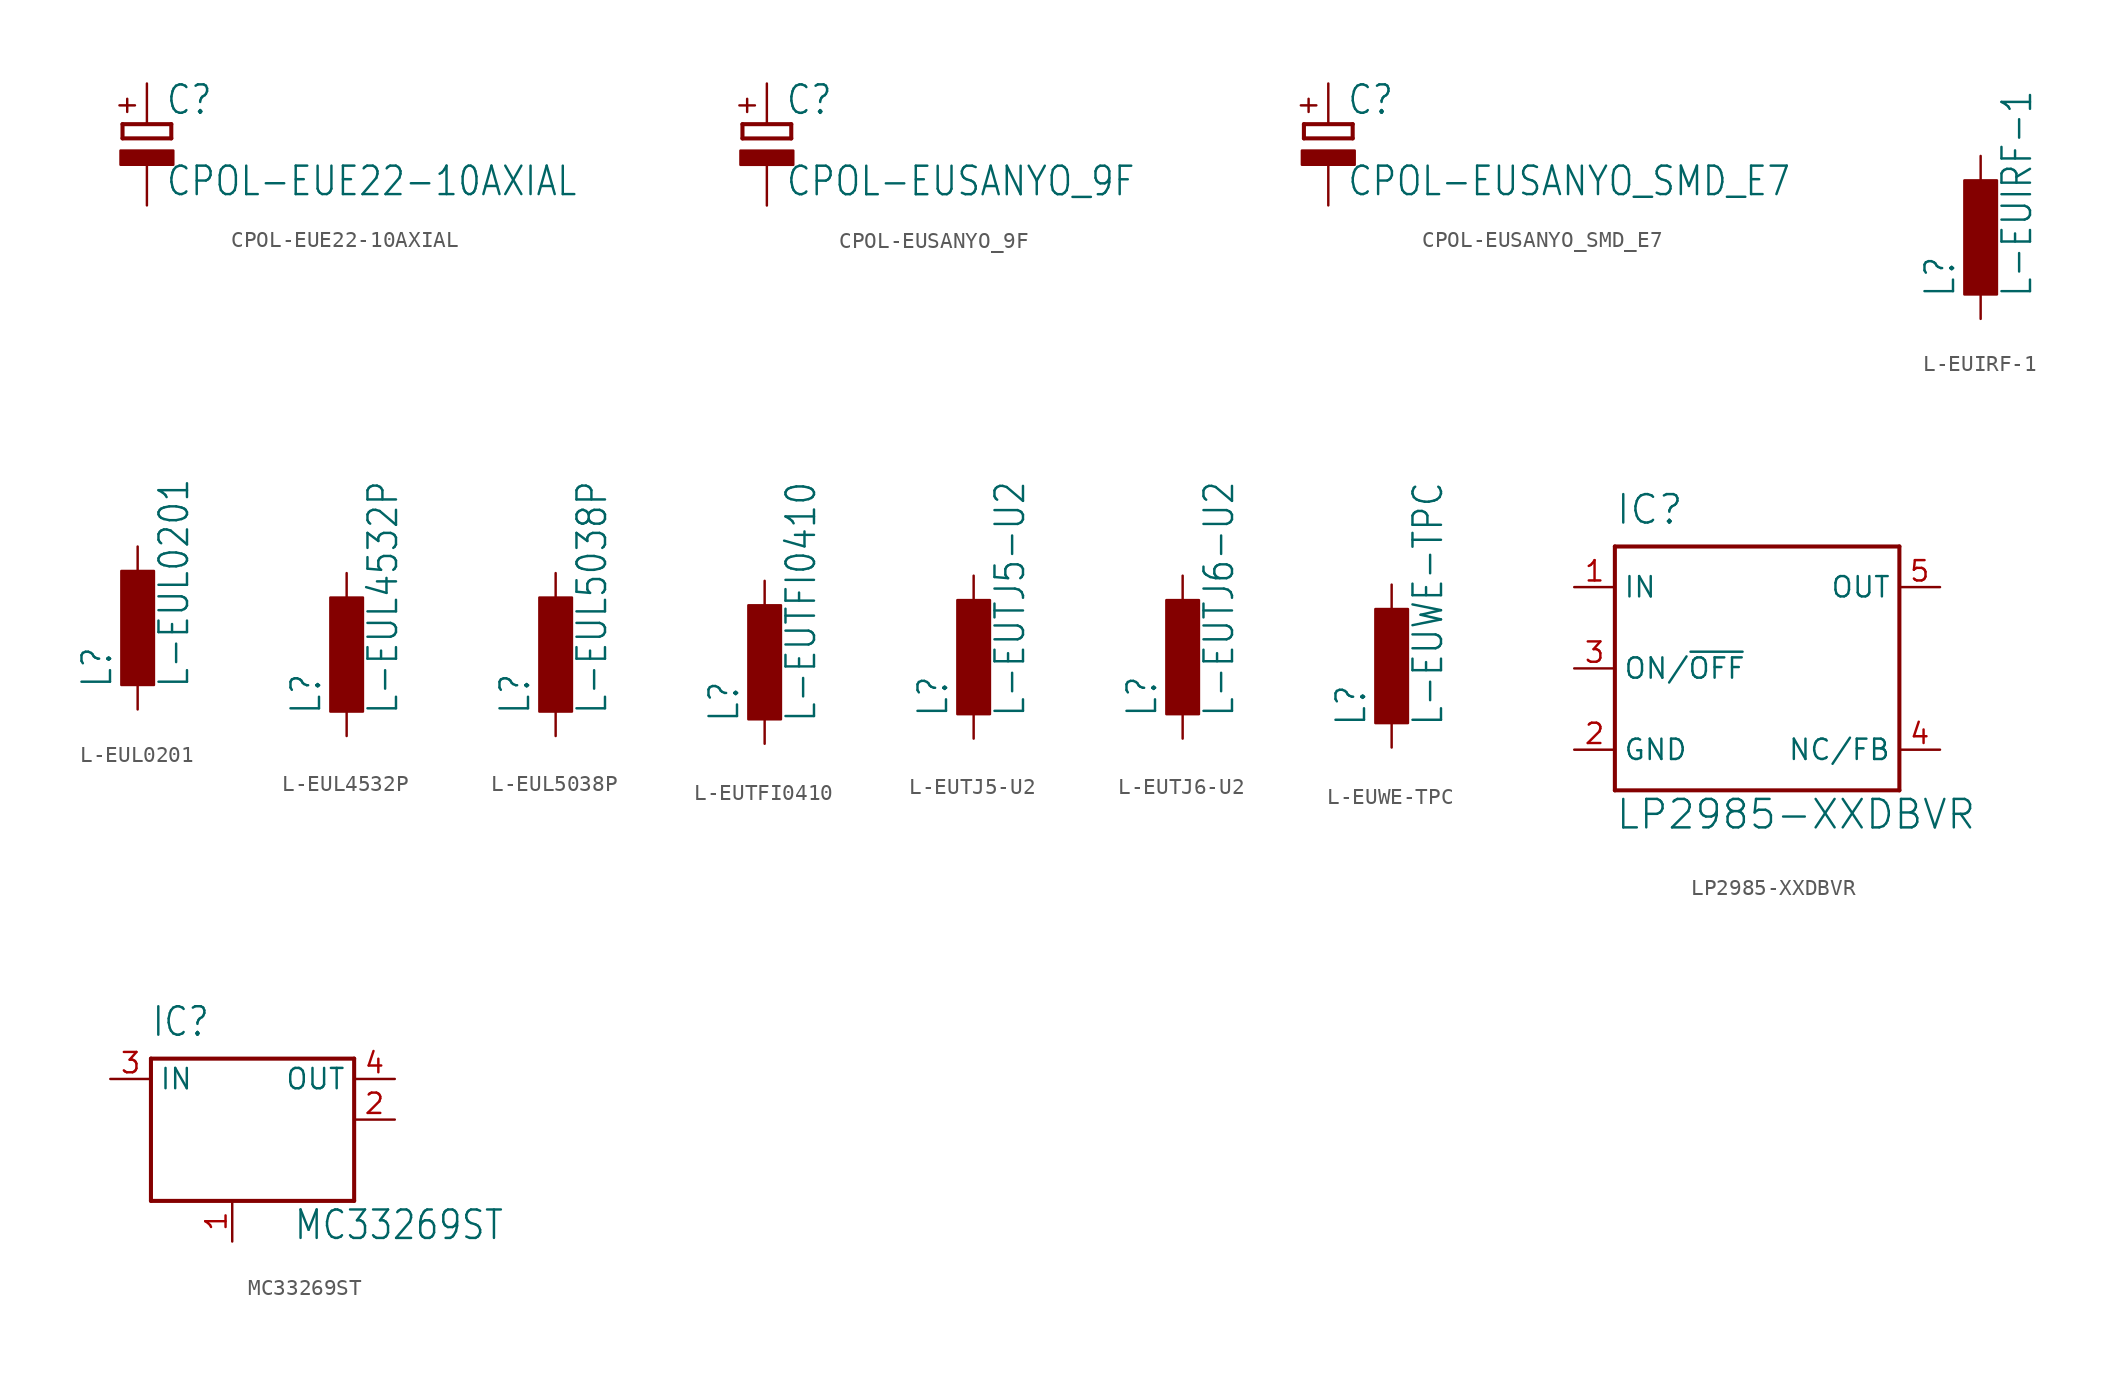
<source format=kicad_sym>
(kicad_symbol_lib
  (version 20211014)
  (generator kicad_symbol_editor)
  (symbol "CPOL-EUE22-10AXIAL"
    (property "Reference" "C"
      (at 1.143 0.483 0)
      (effects (font (size 1.778 1.511)) (justify left bottom)))
    (property "Value" "CPOL-EUE22-10AXIAL"
      (at 1.143 -4.597 0)
      (effects (font (size 1.778 1.511)) (justify left bottom)))
    (property "ki_locked" ""
      (at 0 0 0)
      (effects (font (size 1.27 1.27))))
    (symbol "CPOL-EUE22-10AXIAL_1_0"
      (rectangle (start -1.651 -2.54) (end 1.651 -1.651) (stroke (width 0) (type default) (color 0 0 0 0)) (fill (type outline)))
      (polyline (pts (xy -1.524 -0.889) (xy 1.524 -0.889)) (stroke (width 0.254) (type default) (color 0 0 0 0)) (fill (type none)))
      (polyline (pts (xy -1.524 0) (xy -1.524 -0.889)) (stroke (width 0.254) (type default) (color 0 0 0 0)) (fill (type none)))
      (polyline (pts (xy -1.524 0) (xy 1.524 0)) (stroke (width 0.254) (type default) (color 0 0 0 0)) (fill (type none)))
      (polyline (pts (xy 1.524 -0.889) (xy 1.524 0)) (stroke (width 0.254) (type default) (color 0 0 0 0)) (fill (type none)))
      (text "+" (at -0.584 0.406 900) (effects (font (size 1.27 1.079)) (justify left bottom)))
      (pin passive line (at 0 2.54 270) (length 2.54) (name "+" (effects (font (size 0 0)))) (number "+" (effects (font (size 0 0)))))
      (pin passive line (at 0 -5.08 90) (length 2.54) (name "-" (effects (font (size 0 0)))) (number "-" (effects (font (size 0 0)))))))
  (symbol "CPOL-EUSANYO_9F"
    (property "Reference" "C"
      (at 1.143 0.483 0)
      (effects (font (size 1.778 1.511)) (justify left bottom)))
    (property "Value" "CPOL-EUSANYO_9F"
      (at 1.143 -4.597 0)
      (effects (font (size 1.778 1.511)) (justify left bottom)))
    (property "ki_locked" ""
      (at 0 0 0)
      (effects (font (size 1.27 1.27))))
    (symbol "CPOL-EUSANYO_9F_1_0"
      (rectangle (start -1.651 -2.54) (end 1.651 -1.651) (stroke (width 0) (type default) (color 0 0 0 0)) (fill (type outline)))
      (polyline (pts (xy -1.524 -0.889) (xy 1.524 -0.889)) (stroke (width 0.254) (type default) (color 0 0 0 0)) (fill (type none)))
      (polyline (pts (xy -1.524 0) (xy -1.524 -0.889)) (stroke (width 0.254) (type default) (color 0 0 0 0)) (fill (type none)))
      (polyline (pts (xy -1.524 0) (xy 1.524 0)) (stroke (width 0.254) (type default) (color 0 0 0 0)) (fill (type none)))
      (polyline (pts (xy 1.524 -0.889) (xy 1.524 0)) (stroke (width 0.254) (type default) (color 0 0 0 0)) (fill (type none)))
      (text "+" (at -0.584 0.406 900) (effects (font (size 1.27 1.079)) (justify left bottom)))
      (pin passive line (at 0 2.54 270) (length 2.54) (name "+" (effects (font (size 0 0)))) (number "+" (effects (font (size 0 0)))))
      (pin passive line (at 0 -5.08 90) (length 2.54) (name "-" (effects (font (size 0 0)))) (number "-" (effects (font (size 0 0)))))))
  (symbol "CPOL-EUSANYO_SMD_E7"
    (property "Reference" "C"
      (at 1.143 0.483 0)
      (effects (font (size 1.778 1.511)) (justify left bottom)))
    (property "Value" "CPOL-EUSANYO_SMD_E7"
      (at 1.143 -4.597 0)
      (effects (font (size 1.778 1.511)) (justify left bottom)))
    (property "ki_locked" ""
      (at 0 0 0)
      (effects (font (size 1.27 1.27))))
    (symbol "CPOL-EUSANYO_SMD_E7_1_0"
      (rectangle (start -1.651 -2.54) (end 1.651 -1.651) (stroke (width 0) (type default) (color 0 0 0 0)) (fill (type outline)))
      (polyline (pts (xy -1.524 -0.889) (xy 1.524 -0.889)) (stroke (width 0.254) (type default) (color 0 0 0 0)) (fill (type none)))
      (polyline (pts (xy -1.524 0) (xy -1.524 -0.889)) (stroke (width 0.254) (type default) (color 0 0 0 0)) (fill (type none)))
      (polyline (pts (xy -1.524 0) (xy 1.524 0)) (stroke (width 0.254) (type default) (color 0 0 0 0)) (fill (type none)))
      (polyline (pts (xy 1.524 -0.889) (xy 1.524 0)) (stroke (width 0.254) (type default) (color 0 0 0 0)) (fill (type none)))
      (text "+" (at -0.584 0.406 900) (effects (font (size 1.27 1.079)) (justify left bottom)))
      (pin passive line (at 0 2.54 270) (length 2.54) (name "+" (effects (font (size 0 0)))) (number "+" (effects (font (size 0 0)))))
      (pin passive line (at 0 -5.08 90) (length 2.54) (name "-" (effects (font (size 0 0)))) (number "-" (effects (font (size 0 0)))))))
  (symbol "L-EUIRF-1"
    (property "Reference" "L"
      (at -1.499 -3.81 90)
      (effects (font (size 1.778 1.511)) (justify left bottom)))
    (property "Value" "L-EUIRF-1"
      (at 3.302 -3.81 90)
      (effects (font (size 1.778 1.511)) (justify left bottom)))
    (property "ki_locked" ""
      (at 0 0 0)
      (effects (font (size 1.27 1.27))))
    (symbol "L-EUIRF-1_1_0"
      (rectangle (start -1.016 -3.556) (end 1.016 3.556) (stroke (width 0) (type default) (color 0 0 0 0)) (fill (type outline)))
      (pin passive line (at 0 5.08 270) (length 2.54) (name "1" (effects (font (size 0 0)))) (number "1" (effects (font (size 0 0)))))
      (pin passive line (at 0 -5.08 90) (length 2.54) (name "2" (effects (font (size 0 0)))) (number "2" (effects (font (size 0 0)))))))
  (symbol "L-EUL0201"
    (property "Reference" "L"
      (at -1.499 -3.81 90)
      (effects (font (size 1.778 1.511)) (justify left bottom)))
    (property "Value" "L-EUL0201"
      (at 3.302 -3.81 90)
      (effects (font (size 1.778 1.511)) (justify left bottom)))
    (property "ki_locked" ""
      (at 0 0 0)
      (effects (font (size 1.27 1.27))))
    (symbol "L-EUL0201_1_0"
      (rectangle (start -1.016 -3.556) (end 1.016 3.556) (stroke (width 0) (type default) (color 0 0 0 0)) (fill (type outline)))
      (pin passive line (at 0 5.08 270) (length 2.54) (name "1" (effects (font (size 0 0)))) (number "1" (effects (font (size 0 0)))))
      (pin passive line (at 0 -5.08 90) (length 2.54) (name "2" (effects (font (size 0 0)))) (number "2" (effects (font (size 0 0)))))))
  (symbol "L-EUL4532P"
    (property "Reference" "L"
      (at -1.499 -3.81 90)
      (effects (font (size 1.778 1.511)) (justify left bottom)))
    (property "Value" "L-EUL4532P"
      (at 3.302 -3.81 90)
      (effects (font (size 1.778 1.511)) (justify left bottom)))
    (property "ki_locked" ""
      (at 0 0 0)
      (effects (font (size 1.27 1.27))))
    (symbol "L-EUL4532P_1_0"
      (rectangle (start -1.016 -3.556) (end 1.016 3.556) (stroke (width 0) (type default) (color 0 0 0 0)) (fill (type outline)))
      (pin passive line (at 0 5.08 270) (length 2.54) (name "1" (effects (font (size 0 0)))) (number "1" (effects (font (size 0 0)))))
      (pin passive line (at 0 -5.08 90) (length 2.54) (name "2" (effects (font (size 0 0)))) (number "2" (effects (font (size 0 0)))))))
  (symbol "L-EUL5038P"
    (property "Reference" "L"
      (at -1.499 -3.81 90)
      (effects (font (size 1.778 1.511)) (justify left bottom)))
    (property "Value" "L-EUL5038P"
      (at 3.302 -3.81 90)
      (effects (font (size 1.778 1.511)) (justify left bottom)))
    (property "ki_locked" ""
      (at 0 0 0)
      (effects (font (size 1.27 1.27))))
    (symbol "L-EUL5038P_1_0"
      (rectangle (start -1.016 -3.556) (end 1.016 3.556) (stroke (width 0) (type default) (color 0 0 0 0)) (fill (type outline)))
      (pin passive line (at 0 5.08 270) (length 2.54) (name "1" (effects (font (size 0 0)))) (number "1" (effects (font (size 0 0)))))
      (pin passive line (at 0 -5.08 90) (length 2.54) (name "2" (effects (font (size 0 0)))) (number "2" (effects (font (size 0 0)))))))
  (symbol "L-EUTFI0410"
    (property "Reference" "L"
      (at -1.499 -3.81 90)
      (effects (font (size 1.778 1.511)) (justify left bottom)))
    (property "Value" "L-EUTFI0410"
      (at 3.302 -3.81 90)
      (effects (font (size 1.778 1.511)) (justify left bottom)))
    (property "ki_locked" ""
      (at 0 0 0)
      (effects (font (size 1.27 1.27))))
    (symbol "L-EUTFI0410_1_0"
      (rectangle (start -1.016 -3.556) (end 1.016 3.556) (stroke (width 0) (type default) (color 0 0 0 0)) (fill (type outline)))
      (pin passive line (at 0 5.08 270) (length 2.54) (name "1" (effects (font (size 0 0)))) (number "1" (effects (font (size 0 0)))))
      (pin passive line (at 0 -5.08 90) (length 2.54) (name "2" (effects (font (size 0 0)))) (number "2" (effects (font (size 0 0)))))))
  (symbol "L-EUTJ5-U2"
    (property "Reference" "L"
      (at -1.499 -3.81 90)
      (effects (font (size 1.778 1.511)) (justify left bottom)))
    (property "Value" "L-EUTJ5-U2"
      (at 3.302 -3.81 90)
      (effects (font (size 1.778 1.511)) (justify left bottom)))
    (property "ki_locked" ""
      (at 0 0 0)
      (effects (font (size 1.27 1.27))))
    (symbol "L-EUTJ5-U2_1_0"
      (rectangle (start -1.016 -3.556) (end 1.016 3.556) (stroke (width 0) (type default) (color 0 0 0 0)) (fill (type outline)))
      (pin passive line (at 0 5.08 270) (length 2.54) (name "1" (effects (font (size 0 0)))) (number "1" (effects (font (size 0 0)))))
      (pin passive line (at 0 -5.08 90) (length 2.54) (name "2" (effects (font (size 0 0)))) (number "2" (effects (font (size 0 0)))))))
  (symbol "L-EUTJ6-U2"
    (property "Reference" "L"
      (at -1.499 -3.81 90)
      (effects (font (size 1.778 1.511)) (justify left bottom)))
    (property "Value" "L-EUTJ6-U2"
      (at 3.302 -3.81 90)
      (effects (font (size 1.778 1.511)) (justify left bottom)))
    (property "ki_locked" ""
      (at 0 0 0)
      (effects (font (size 1.27 1.27))))
    (symbol "L-EUTJ6-U2_1_0"
      (rectangle (start -1.016 -3.556) (end 1.016 3.556) (stroke (width 0) (type default) (color 0 0 0 0)) (fill (type outline)))
      (pin passive line (at 0 5.08 270) (length 2.54) (name "1" (effects (font (size 0 0)))) (number "1" (effects (font (size 0 0)))))
      (pin passive line (at 0 -5.08 90) (length 2.54) (name "2" (effects (font (size 0 0)))) (number "2" (effects (font (size 0 0)))))))
  (symbol "L-EUWE-TPC"
    (property "Reference" "L"
      (at -1.499 -3.81 90)
      (effects (font (size 1.778 1.511)) (justify left bottom)))
    (property "Value" "L-EUWE-TPC"
      (at 3.302 -3.81 90)
      (effects (font (size 1.778 1.511)) (justify left bottom)))
    (property "ki_locked" ""
      (at 0 0 0)
      (effects (font (size 1.27 1.27))))
    (symbol "L-EUWE-TPC_1_0"
      (rectangle (start -1.016 -3.556) (end 1.016 3.556) (stroke (width 0) (type default) (color 0 0 0 0)) (fill (type outline)))
      (pin passive line (at 0 5.08 270) (length 2.54) (name "1" (effects (font (size 0 0)))) (number "1" (effects (font (size 0 0)))))
      (pin passive line (at 0 -5.08 90) (length 2.54) (name "2" (effects (font (size 0 0)))) (number "2" (effects (font (size 0 0)))))))
  (symbol "LP2985-XXDBVR"
    (property "Reference" "IC"
      (at -7.62 8.89 0)
      (effects (font (size 1.778 1.778)) (justify left bottom)))
    (property "Value" "LP2985-XXDBVR"
      (at -7.62 -10.16 0)
      (effects (font (size 1.778 1.778)) (justify left bottom)))
    (property "ki_locked" ""
      (at 0 0 0)
      (effects (font (size 1.27 1.27))))
    (symbol "LP2985-XXDBVR_1_0"
      (polyline (pts (xy -7.62 -7.62) (xy -7.62 7.62)) (stroke (width 0.254) (type default) (color 0 0 0 0)) (fill (type none)))
      (polyline (pts (xy -7.62 7.62) (xy 10.16 7.62)) (stroke (width 0.254) (type default) (color 0 0 0 0)) (fill (type none)))
      (polyline (pts (xy 10.16 -7.62) (xy -7.62 -7.62)) (stroke (width 0.254) (type default) (color 0 0 0 0)) (fill (type none)))
      (polyline (pts (xy 10.16 7.62) (xy 10.16 -7.62)) (stroke (width 0.254) (type default) (color 0 0 0 0)) (fill (type none)))
      (pin input line (at -10.16 5.08 0) (length 2.54) (name "IN" (effects (font (size 1.27 1.27)))) (number "1" (effects (font (size 1.27 1.27)))))
      (pin power_in line (at -10.16 -5.08 0) (length 2.54) (name "GND" (effects (font (size 1.27 1.27)))) (number "2" (effects (font (size 1.27 1.27)))))
      (pin input line (at -10.16 0 0) (length 2.54) (name "ON/~{OFF}" (effects (font (size 1.27 1.27)))) (number "3" (effects (font (size 1.27 1.27)))))
      (pin passive line (at 12.7 -5.08 180) (length 2.54) (name "NC/FB" (effects (font (size 1.27 1.27)))) (number "4" (effects (font (size 1.27 1.27)))))
      (pin passive line (at 12.7 5.08 180) (length 2.54) (name "OUT" (effects (font (size 1.27 1.27)))) (number "5" (effects (font (size 1.27 1.27)))))))
  (symbol "MC33269ST"
    (property "Reference" "IC"
      (at -5.08 7.62 0)
      (effects (font (size 1.778 1.511)) (justify left bottom)))
    (property "Value" "MC33269ST"
      (at 3.81 -5.08 0)
      (effects (font (size 1.778 1.511)) (justify left bottom)))
    (property "ki_locked" ""
      (at 0 0 0)
      (effects (font (size 1.27 1.27))))
    (symbol "MC33269ST_1_0"
      (polyline (pts (xy -5.08 -2.54) (xy -5.08 6.35)) (stroke (width 0.254) (type default) (color 0 0 0 0)) (fill (type none)))
      (polyline (pts (xy -5.08 6.35) (xy 7.62 6.35)) (stroke (width 0.254) (type default) (color 0 0 0 0)) (fill (type none)))
      (polyline (pts (xy 7.62 -2.54) (xy -5.08 -2.54)) (stroke (width 0.254) (type default) (color 0 0 0 0)) (fill (type none)))
      (polyline (pts (xy 7.62 6.35) (xy 7.62 -2.54)) (stroke (width 0.254) (type default) (color 0 0 0 0)) (fill (type none)))
      (pin input line (at 0 -5.08 90) (length 2.54) (name "GND/ADJ" (effects (font (size 0 0)))) (number "1" (effects (font (size 1.27 1.27)))))
      (pin passive line (at 10.16 2.54 180) (length 2.54) (name "OUT@1" (effects (font (size 0 0)))) (number "2" (effects (font (size 1.27 1.27)))))
      (pin input line (at -7.62 5.08 0) (length 2.54) (name "IN" (effects (font (size 1.27 1.27)))) (number "3" (effects (font (size 1.27 1.27)))))
      (pin passive line (at 10.16 5.08 180) (length 2.54) (name "OUT" (effects (font (size 1.27 1.27)))) (number "4" (effects (font (size 1.27 1.27))))))))
</source>
